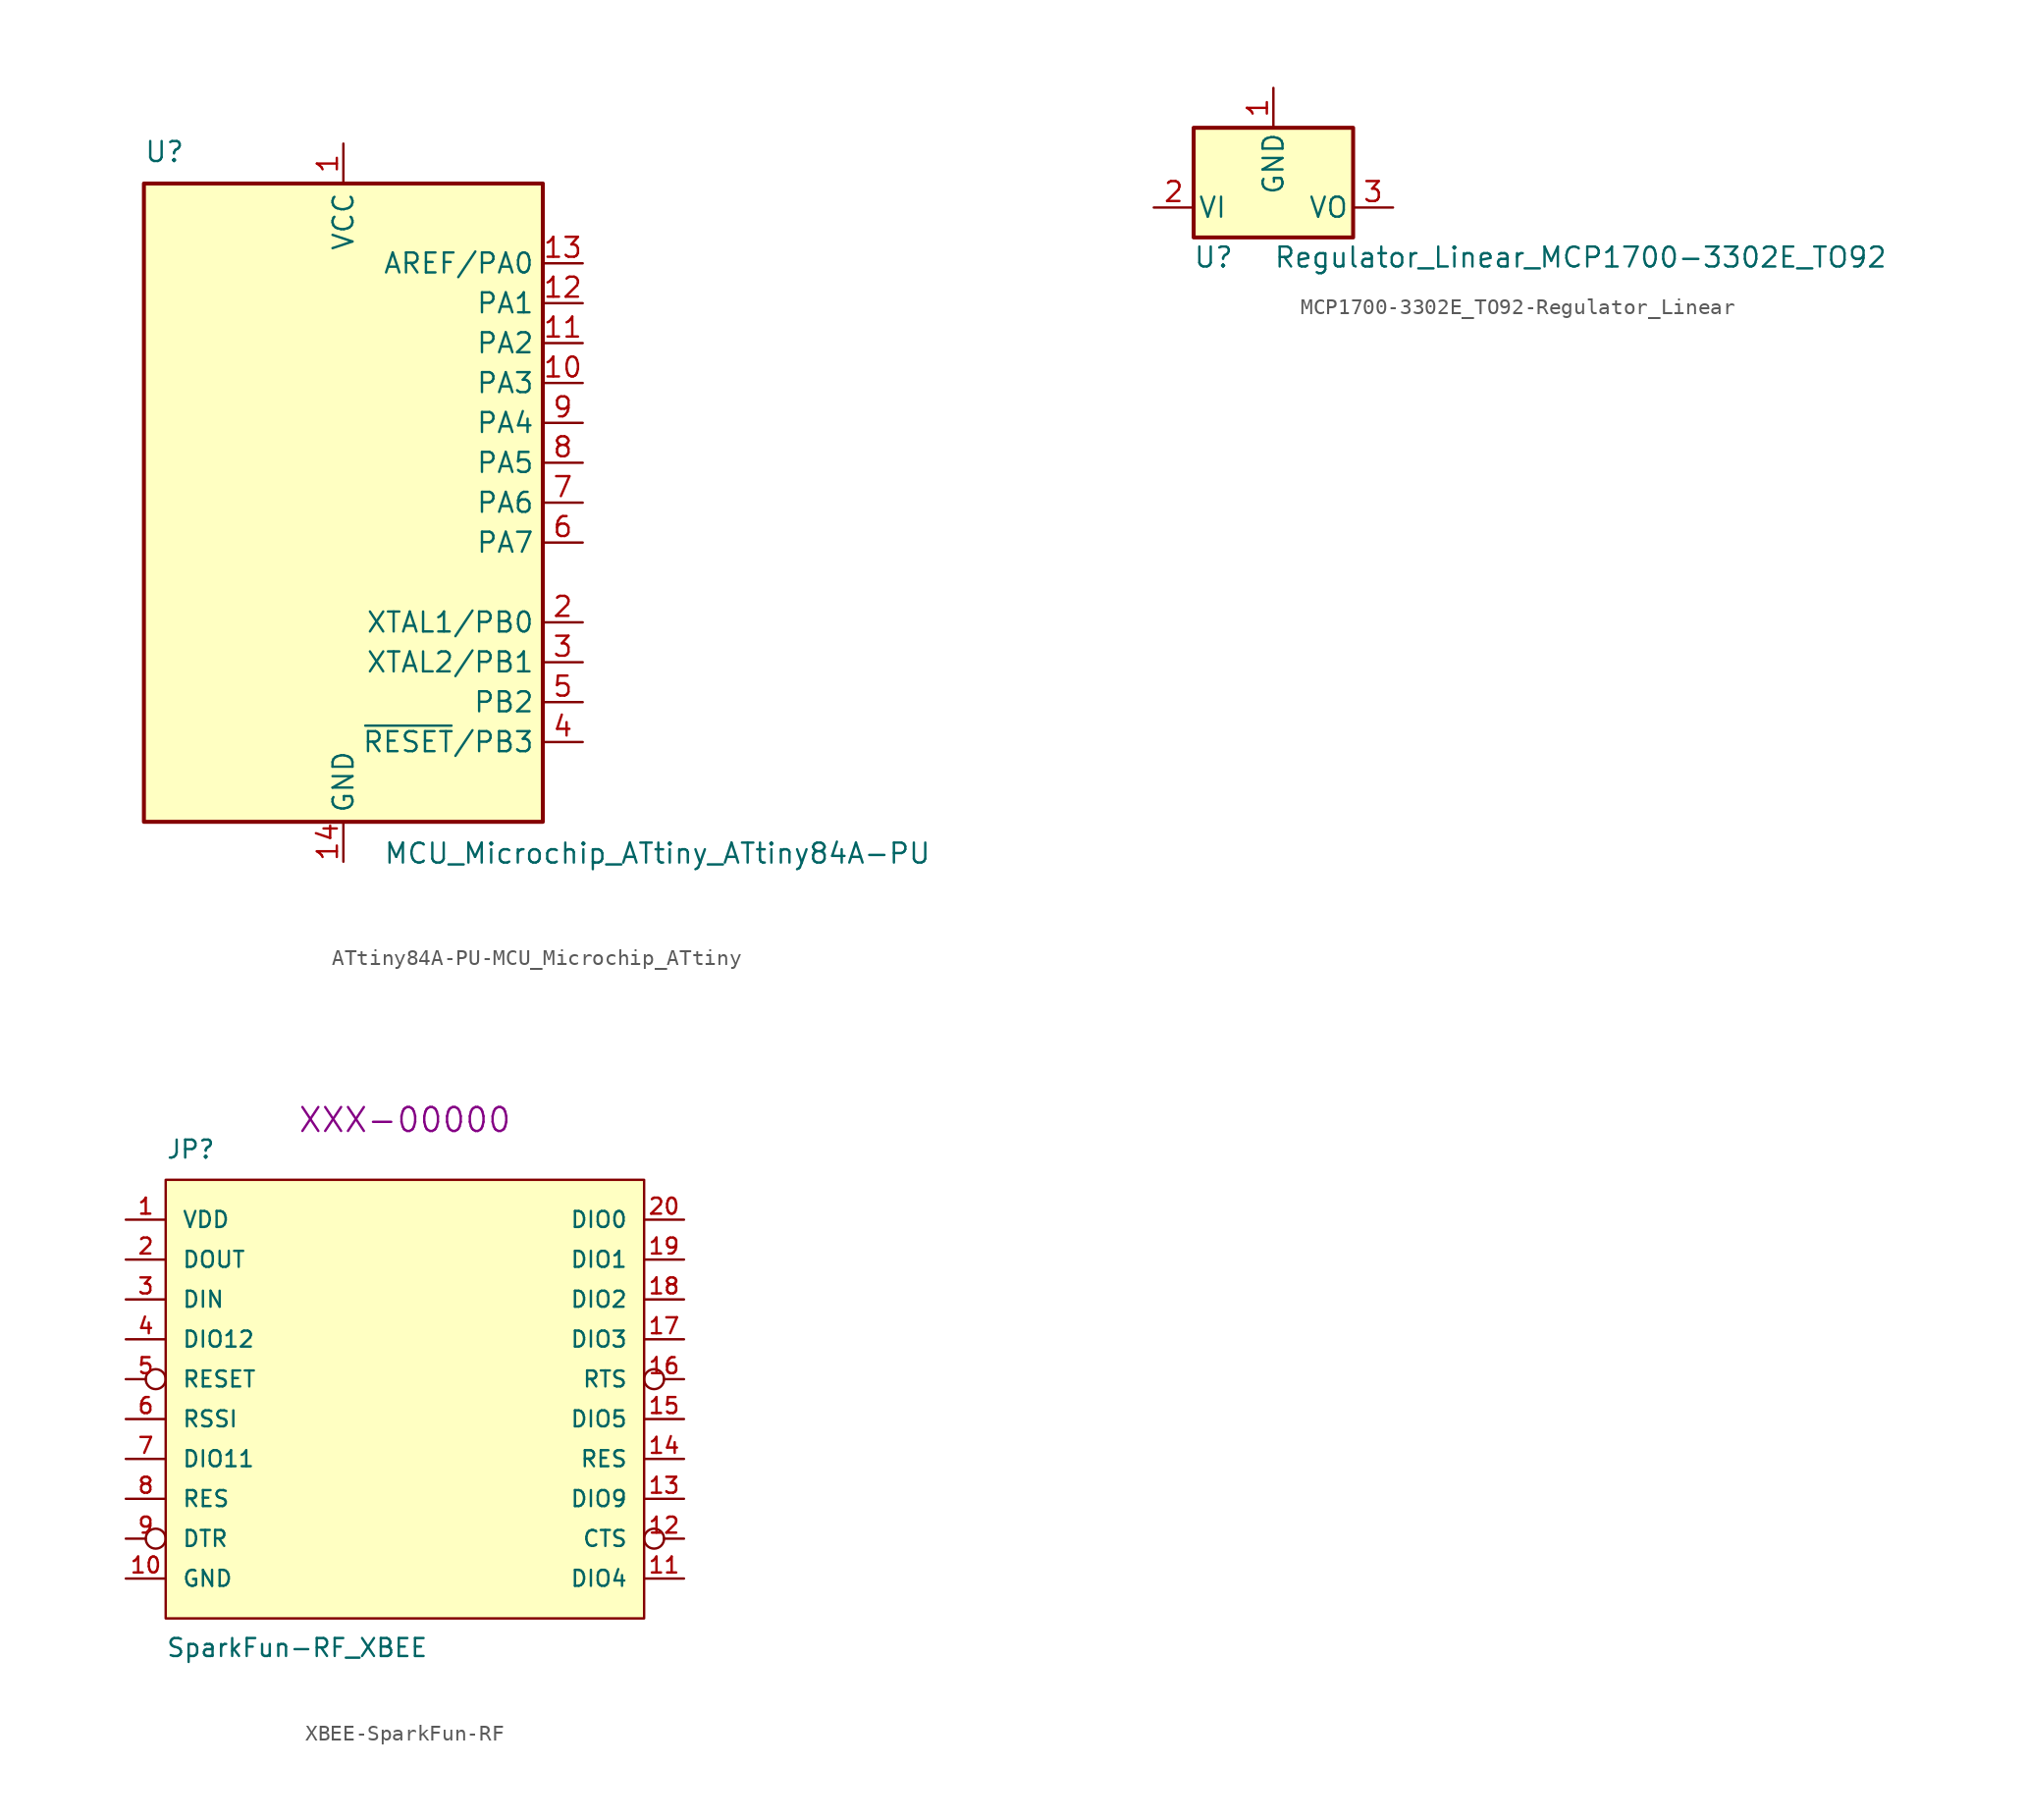
<source format=kicad_sym>
(kicad_symbol_lib
  (version 20220914)
  (generator kicad_symbol_editor)
  (symbol "ATtiny84A-PU-MCU_Microchip_ATtiny"
    (property "Reference" "U"
      (at -12.7 21.59 0)
      (effects (font (size 1.27 1.27)) (justify left bottom)))
    (property "Value" "MCU_Microchip_ATtiny_ATtiny84A-PU"
      (at 2.54 -21.59 0)
      (effects (font (size 1.27 1.27)) (justify left top)))
    (symbol "ATtiny84A-PU-MCU_Microchip_ATtiny_0_1"
      (rectangle (start -12.7 -20.32) (end 12.7 20.32) (stroke (width 0.254) (type solid)) (fill (type background))))
    (symbol "ATtiny84A-PU-MCU_Microchip_ATtiny_1_1"
      (pin power_in line (at 0 22.86 270) (length 2.54) (name "VCC" (effects (font (size 1.27 1.27)))) (number "1" (effects (font (size 1.27 1.27)))))
      (pin bidirectional line (at 15.24 7.62 180) (length 2.54) (name "PA3" (effects (font (size 1.27 1.27)))) (number "10" (effects (font (size 1.27 1.27)))))
      (pin bidirectional line (at 15.24 10.16 180) (length 2.54) (name "PA2" (effects (font (size 1.27 1.27)))) (number "11" (effects (font (size 1.27 1.27)))))
      (pin bidirectional line (at 15.24 12.7 180) (length 2.54) (name "PA1" (effects (font (size 1.27 1.27)))) (number "12" (effects (font (size 1.27 1.27)))))
      (pin bidirectional line (at 15.24 15.24 180) (length 2.54) (name "AREF/PA0" (effects (font (size 1.27 1.27)))) (number "13" (effects (font (size 1.27 1.27)))))
      (pin power_in line (at 0 -22.86 90) (length 2.54) (name "GND" (effects (font (size 1.27 1.27)))) (number "14" (effects (font (size 1.27 1.27)))))
      (pin bidirectional line (at 15.24 -7.62 180) (length 2.54) (name "XTAL1/PB0" (effects (font (size 1.27 1.27)))) (number "2" (effects (font (size 1.27 1.27)))))
      (pin bidirectional line (at 15.24 -10.16 180) (length 2.54) (name "XTAL2/PB1" (effects (font (size 1.27 1.27)))) (number "3" (effects (font (size 1.27 1.27)))))
      (pin bidirectional line (at 15.24 -15.24 180) (length 2.54) (name "~{RESET}/PB3" (effects (font (size 1.27 1.27)))) (number "4" (effects (font (size 1.27 1.27)))))
      (pin bidirectional line (at 15.24 -12.7 180) (length 2.54) (name "PB2" (effects (font (size 1.27 1.27)))) (number "5" (effects (font (size 1.27 1.27)))))
      (pin bidirectional line (at 15.24 -2.54 180) (length 2.54) (name "PA7" (effects (font (size 1.27 1.27)))) (number "6" (effects (font (size 1.27 1.27)))))
      (pin bidirectional line (at 15.24 0 180) (length 2.54) (name "PA6" (effects (font (size 1.27 1.27)))) (number "7" (effects (font (size 1.27 1.27)))))
      (pin bidirectional line (at 15.24 2.54 180) (length 2.54) (name "PA5" (effects (font (size 1.27 1.27)))) (number "8" (effects (font (size 1.27 1.27)))))
      (pin bidirectional line (at 15.24 5.08 180) (length 2.54) (name "PA4" (effects (font (size 1.27 1.27)))) (number "9" (effects (font (size 1.27 1.27)))))))
  (symbol "MCP1700-3302E_TO92-Regulator_Linear"
    (pin_names
      (offset 0.254))
    (property "Reference" "U"
      (at -3.81 -3.175 0)
      (effects (font (size 1.27 1.27))))
    (property "Value" "Regulator_Linear_MCP1700-3302E_TO92"
      (at 0 -3.175 0)
      (effects (font (size 1.27 1.27)) (justify left)))
    (symbol "MCP1700-3302E_TO92-Regulator_Linear_0_1"
      (rectangle (start -5.08 5.08) (end 5.08 -1.905) (stroke (width 0.254) (type solid)) (fill (type background))))
    (symbol "MCP1700-3302E_TO92-Regulator_Linear_1_1"
      (pin power_in line (at 0 7.62 270) (length 2.54) (name "GND" (effects (font (size 1.27 1.27)))) (number "1" (effects (font (size 1.27 1.27)))))
      (pin power_in line (at -7.62 0 0) (length 2.54) (name "VI" (effects (font (size 1.27 1.27)))) (number "2" (effects (font (size 1.27 1.27)))))
      (pin power_out line (at 7.62 0 180) (length 2.54) (name "VO" (effects (font (size 1.27 1.27)))) (number "3" (effects (font (size 1.27 1.27)))))))
  (symbol "XBEE-SparkFun-RF"
    (pin_names
      (offset 1.016))
    (property "Reference" "JP"
      (at -15.24 13.97 0)
      (effects (font (size 1.143 1.143)) (justify left bottom)))
    (property "Value" "SparkFun-RF_XBEE"
      (at -15.24 -17.78 0)
      (effects (font (size 1.143 1.143)) (justify left bottom)))
    (property "Field4" "XXX-00000"
      (at 0 16.51 0)
      (effects (font (size 1.524 1.524))))
    (property "ki_locked" ""
      (at 0 0 0)
      (effects (font (size 1.27 1.27))))
    (symbol "XBEE-SparkFun-RF_1_1"
      (polyline (pts (xy -15.24 12.7) (xy 15.24 12.7) (xy 15.24 -15.24) (xy -15.24 -15.24) (xy -15.24 12.7)) (stroke (width 0) (type solid)) (fill (type background)))
      (pin power_in line (at -17.78 10.16 0) (length 2.54) (name "VDD" (effects (font (size 1.016 1.016)))) (number "1" (effects (font (size 1.016 1.016)))))
      (pin power_in line (at -17.78 -12.7 0) (length 2.54) (name "GND" (effects (font (size 1.016 1.016)))) (number "10" (effects (font (size 1.016 1.016)))))
      (pin bidirectional line (at 17.78 -12.7 180) (length 2.54) (name "DIO4" (effects (font (size 1.016 1.016)))) (number "11" (effects (font (size 1.016 1.016)))))
      (pin output inverted (at 17.78 -10.16 180) (length 2.54) (name "CTS" (effects (font (size 1.016 1.016)))) (number "12" (effects (font (size 1.016 1.016)))))
      (pin bidirectional line (at 17.78 -7.62 180) (length 2.54) (name "DIO9" (effects (font (size 1.016 1.016)))) (number "13" (effects (font (size 1.016 1.016)))))
      (pin bidirectional line (at 17.78 -5.08 180) (length 2.54) (name "RES" (effects (font (size 1.016 1.016)))) (number "14" (effects (font (size 1.016 1.016)))))
      (pin bidirectional line (at 17.78 -2.54 180) (length 2.54) (name "DIO5" (effects (font (size 1.016 1.016)))) (number "15" (effects (font (size 1.016 1.016)))))
      (pin input inverted (at 17.78 0 180) (length 2.54) (name "RTS" (effects (font (size 1.016 1.016)))) (number "16" (effects (font (size 1.016 1.016)))))
      (pin bidirectional line (at 17.78 2.54 180) (length 2.54) (name "DIO3" (effects (font (size 1.016 1.016)))) (number "17" (effects (font (size 1.016 1.016)))))
      (pin bidirectional line (at 17.78 5.08 180) (length 2.54) (name "DIO2" (effects (font (size 1.016 1.016)))) (number "18" (effects (font (size 1.016 1.016)))))
      (pin bidirectional line (at 17.78 7.62 180) (length 2.54) (name "DIO1" (effects (font (size 1.016 1.016)))) (number "19" (effects (font (size 1.016 1.016)))))
      (pin output line (at -17.78 7.62 0) (length 2.54) (name "DOUT" (effects (font (size 1.016 1.016)))) (number "2" (effects (font (size 1.016 1.016)))))
      (pin bidirectional line (at 17.78 10.16 180) (length 2.54) (name "DIO0" (effects (font (size 1.016 1.016)))) (number "20" (effects (font (size 1.016 1.016)))))
      (pin input line (at -17.78 5.08 0) (length 2.54) (name "DIN" (effects (font (size 1.016 1.016)))) (number "3" (effects (font (size 1.016 1.016)))))
      (pin bidirectional line (at -17.78 2.54 0) (length 2.54) (name "DIO12" (effects (font (size 1.016 1.016)))) (number "4" (effects (font (size 1.016 1.016)))))
      (pin input inverted (at -17.78 0 0) (length 2.54) (name "RESET" (effects (font (size 1.016 1.016)))) (number "5" (effects (font (size 1.016 1.016)))))
      (pin bidirectional line (at -17.78 -2.54 0) (length 2.54) (name "RSSI" (effects (font (size 1.016 1.016)))) (number "6" (effects (font (size 1.016 1.016)))))
      (pin bidirectional line (at -17.78 -5.08 0) (length 2.54) (name "DIO11" (effects (font (size 1.016 1.016)))) (number "7" (effects (font (size 1.016 1.016)))))
      (pin bidirectional line (at -17.78 -7.62 0) (length 2.54) (name "RES" (effects (font (size 1.016 1.016)))) (number "8" (effects (font (size 1.016 1.016)))))
      (pin bidirectional inverted (at -17.78 -10.16 0) (length 2.54) (name "DTR" (effects (font (size 1.016 1.016)))) (number "9" (effects (font (size 1.016 1.016))))))))
</source>
